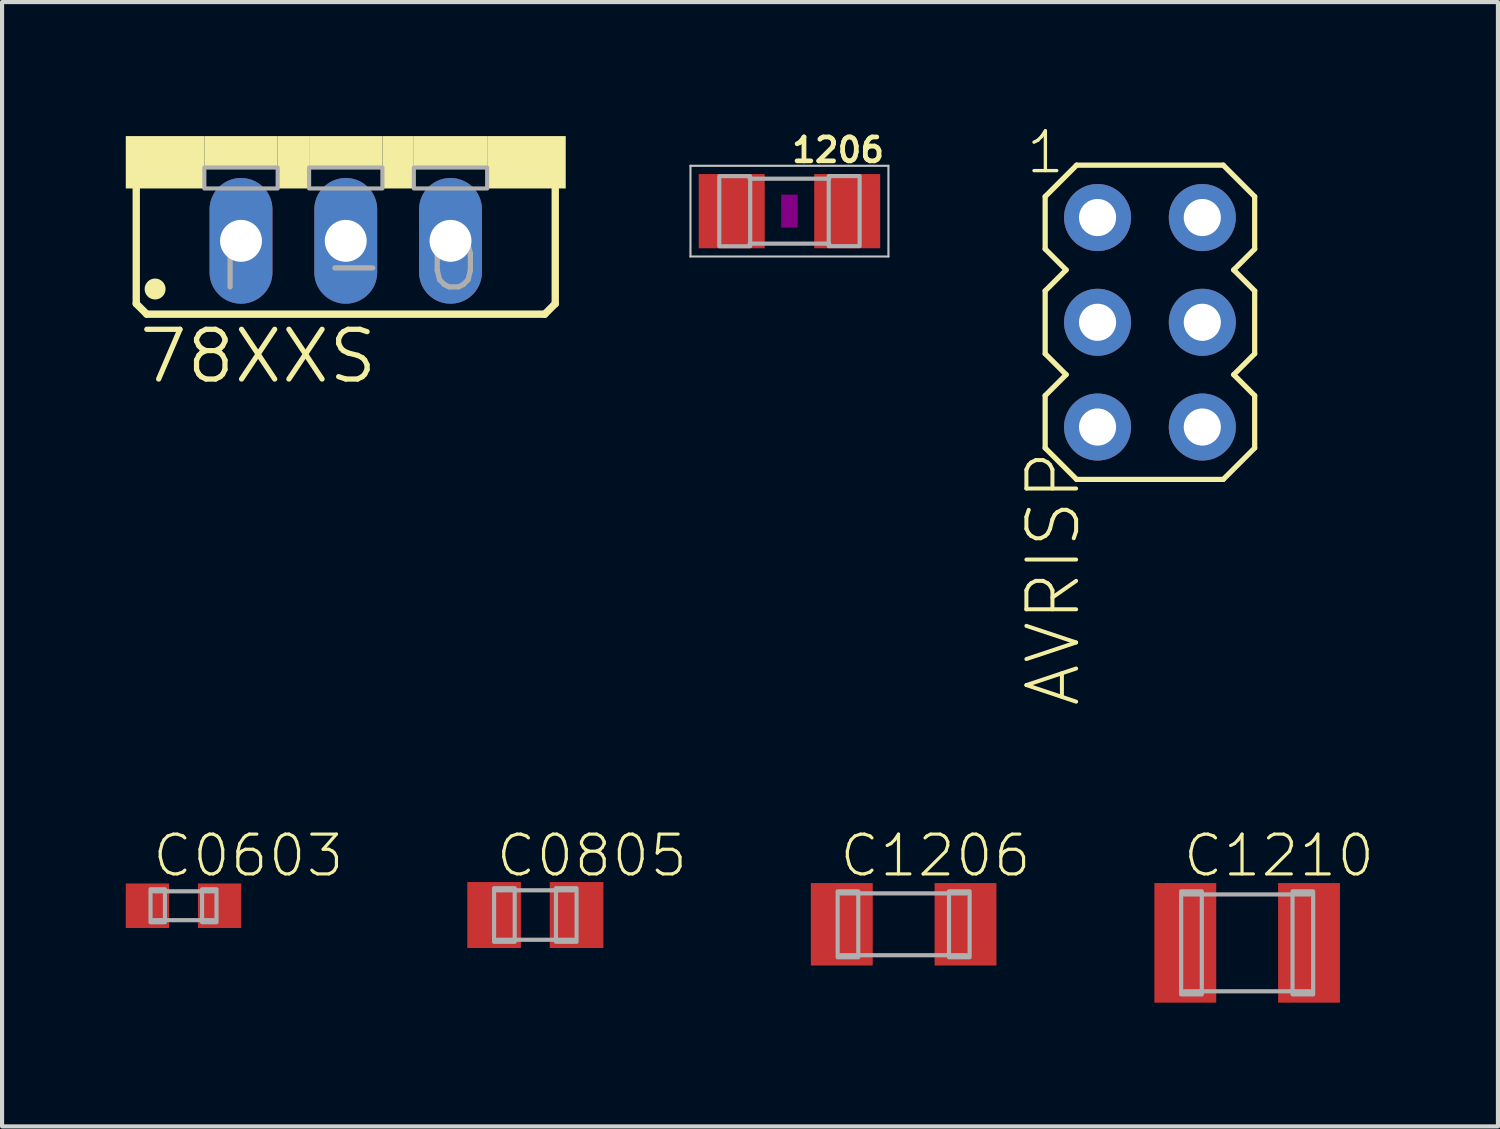
<source format=kicad_pcb>
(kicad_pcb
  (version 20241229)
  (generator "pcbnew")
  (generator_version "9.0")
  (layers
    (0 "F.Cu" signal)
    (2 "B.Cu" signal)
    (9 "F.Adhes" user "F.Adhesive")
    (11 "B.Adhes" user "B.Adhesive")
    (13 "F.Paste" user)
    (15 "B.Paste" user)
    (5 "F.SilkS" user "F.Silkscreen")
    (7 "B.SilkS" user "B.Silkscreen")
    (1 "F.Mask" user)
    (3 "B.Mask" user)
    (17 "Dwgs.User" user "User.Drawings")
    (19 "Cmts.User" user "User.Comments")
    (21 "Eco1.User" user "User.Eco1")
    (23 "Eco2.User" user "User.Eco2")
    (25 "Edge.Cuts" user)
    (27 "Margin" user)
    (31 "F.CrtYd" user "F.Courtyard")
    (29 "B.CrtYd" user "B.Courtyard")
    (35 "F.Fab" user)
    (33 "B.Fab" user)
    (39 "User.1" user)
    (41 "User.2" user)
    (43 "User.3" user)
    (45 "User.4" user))
  (footprint "C0805"
    (layer "F.Cu")
    (at 9.931 19.138)
    (property "Reference" "C0805" (at -1 -0.875 0) (layer "F.SilkS") (effects (font (size 0.965 0.965) (thickness 0.077)) (justify left bottom)))
    (attr through_hole)
    (fp_line (start -0.925 -0.6) (end 0.925 -0.6) (stroke (width 0.102) (type solid)) (layer "F.Fab"))
    (fp_line (start 0.925 0.6) (end -0.925 0.6) (stroke (width 0.102) (type solid)) (layer "F.Fab"))
    (fp_poly (pts (xy -1 0.65) (xy -0.5 0.65) (xy -0.5 -0.65) (xy -1 -0.65)) (stroke (width 0.1) (type solid)) (fill no) (layer "F.Fab"))
    (fp_poly (pts (xy 0.5 0.65) (xy 1 0.65) (xy 1 -0.65) (xy 0.5 -0.65)) (stroke (width 0.1) (type solid)) (fill no) (layer "F.Fab"))
    (pad "1" smd rect (at -1 0) (size 1.3 1.6) (layers "F.Cu" "F.Mask" "F.Paste"))
    (pad "2" smd rect (at 1 0) (size 1.3 1.6) (layers "F.Cu" "F.Mask" "F.Paste")))
  (footprint "78XXS"
    (layer "F.Cu")
    (at 5.334 0.25)
    (property "Reference" "78XXS" (at -5.08 6.045 0) (layer "F.SilkS") (effects (font (size 1.206 1.206) (thickness 0.127)) (justify left bottom)))
    (attr through_hole)
    (fp_line (start -5.08 4.064) (end -5.08 1.143) (stroke (width 0.178) (type solid)) (layer "F.SilkS"))
    (fp_line (start -5.08 4.064) (end -4.826 4.318) (stroke (width 0.178) (type solid)) (layer "F.SilkS"))
    (fp_line (start 4.826 4.318) (end -4.826 4.318) (stroke (width 0.178) (type solid)) (layer "F.SilkS"))
    (fp_line (start 4.826 4.318) (end 5.08 4.064) (stroke (width 0.178) (type solid)) (layer "F.SilkS"))
    (fp_line (start 5.08 1.143) (end 5.08 4.064) (stroke (width 0.178) (type solid)) (layer "F.SilkS"))
    (fp_circle (center -4.623 3.708) (end -4.369 3.708) (stroke (width 0) (type solid)) (fill yes) (layer "F.SilkS"))
    (fp_poly (pts (xy -5.334 1.27) (xy -3.429 1.27) (xy -3.429 0) (xy -5.334 0)) (stroke (width 0) (type solid)) (fill yes) (layer "F.SilkS"))
    (fp_poly (pts (xy -3.429 0.762) (xy -1.651 0.762) (xy -1.651 0) (xy -3.429 0)) (stroke (width 0) (type solid)) (fill yes) (layer "F.SilkS"))
    (fp_poly (pts (xy -1.651 1.27) (xy -0.889 1.27) (xy -0.889 0) (xy -1.651 0)) (stroke (width 0) (type solid)) (fill yes) (layer "F.SilkS"))
    (fp_poly (pts (xy -0.889 0.762) (xy 0.889 0.762) (xy 0.889 0) (xy -0.889 0)) (stroke (width 0) (type solid)) (fill yes) (layer "F.SilkS"))
    (fp_poly (pts (xy 0.889 1.27) (xy 1.651 1.27) (xy 1.651 0) (xy 0.889 0)) (stroke (width 0) (type solid)) (fill yes) (layer "F.SilkS"))
    (fp_poly (pts (xy 1.651 0.762) (xy 3.429 0.762) (xy 3.429 0) (xy 1.651 0)) (stroke (width 0) (type solid)) (fill yes) (layer "F.SilkS"))
    (fp_poly (pts (xy 3.429 1.27) (xy 5.334 1.27) (xy 5.334 0) (xy 3.429 0)) (stroke (width 0) (type solid)) (fill yes) (layer "F.SilkS"))
    (fp_poly (pts (xy -3.429 1.27) (xy -1.651 1.27) (xy -1.651 0.762) (xy -3.429 0.762)) (stroke (width 0.1) (type solid)) (fill no) (layer "F.Fab"))
    (fp_poly (pts (xy -0.889 1.27) (xy 0.889 1.27) (xy 0.889 0.762) (xy -0.889 0.762)) (stroke (width 0.1) (type solid)) (fill no) (layer "F.Fab"))
    (fp_poly (pts (xy 1.651 1.27) (xy 3.429 1.27) (xy 3.429 0.762) (xy 1.651 0.762)) (stroke (width 0.1) (type solid)) (fill no) (layer "F.Fab"))
    (fp_text user "I" (at -3.175 3.81 0) (layer "F.Fab") (effects (font (size 1.206 1.206) (thickness 0.127)) (justify left bottom)))
    (fp_text user "O" (at 1.905 3.81 0) (layer "F.Fab") (effects (font (size 1.206 1.206) (thickness 0.127)) (justify left bottom)))
    (fp_text user "-" (at -0.635 3.81 0) (layer "F.Fab") (effects (font (size 1.206 1.206) (thickness 0.127)) (justify left bottom)))
    (pad "GND" thru_hole oval (at 0 2.54 90) (size 3.048 1.524) (drill 1.016) (layers "*.Cu" "*.Mask"))
    (pad "IN" thru_hole oval (at -2.54 2.54 90) (size 3.048 1.524) (drill 1.016) (layers "*.Cu" "*.Mask"))
    (pad "OUT" thru_hole oval (at 2.54 2.54 90) (size 3.048 1.524) (drill 1.016) (layers "*.Cu" "*.Mask")))
  (footprint "C0603"
    (layer "F.Cu")
    (at 1.4 18.913)
    (property "Reference" "C0603" (at -0.8 -0.65 180) (layer "F.SilkS") (effects (font (size 0.965 0.965) (thickness 0.077)) (justify left bottom)))
    (attr through_hole)
    (fp_line (start -0.725 -0.35) (end 0.725 -0.35) (stroke (width 0.102) (type solid)) (layer "F.Fab"))
    (fp_line (start 0.725 0.35) (end -0.725 0.35) (stroke (width 0.102) (type solid)) (layer "F.Fab"))
    (fp_poly (pts (xy -0.8 0.4) (xy -0.45 0.4) (xy -0.45 -0.4) (xy -0.8 -0.4)) (stroke (width 0.1) (type solid)) (fill no) (layer "F.Fab"))
    (fp_poly (pts (xy 0.45 0.4) (xy 0.8 0.4) (xy 0.8 -0.4) (xy 0.45 -0.4)) (stroke (width 0.1) (type solid)) (fill no) (layer "F.Fab"))
    (pad "1" smd rect (at -0.875 0) (size 1.05 1.08) (layers "F.Cu" "F.Mask" "F.Paste"))
    (pad "2" smd rect (at 0.875 0) (size 1.05 1.08) (layers "F.Cu" "F.Mask" "F.Paste")))
  (footprint "C1206"
    (layer "F.Cu")
    (at 18.862 19.363)
    (property "Reference" "C1206" (at -1.6 -1.1 180) (layer "F.SilkS") (effects (font (size 0.965 0.965) (thickness 0.077)) (justify left bottom)))
    (attr through_hole)
    (fp_line (start -1.525 -0.75) (end 1.525 -0.75) (stroke (width 0.102) (type solid)) (layer "F.Fab"))
    (fp_line (start 1.525 0.75) (end -1.525 0.75) (stroke (width 0.102) (type solid)) (layer "F.Fab"))
    (fp_poly (pts (xy -1.6 0.8) (xy -1.1 0.8) (xy -1.1 -0.8) (xy -1.6 -0.8)) (stroke (width 0.1) (type solid)) (fill no) (layer "F.Fab"))
    (fp_poly (pts (xy 1.1 0.8) (xy 1.6 0.8) (xy 1.6 -0.8) (xy 1.1 -0.8)) (stroke (width 0.1) (type solid)) (fill no) (layer "F.Fab"))
    (pad "1" smd rect (at -1.5 0) (size 1.5 2) (layers "F.Cu" "F.Mask" "F.Paste"))
    (pad "2" smd rect (at 1.5 0) (size 1.5 2) (layers "F.Cu" "F.Mask" "F.Paste")))
  (footprint "1206"
    (layer "F.Cu")
    (at 16.093 2.07)
    (property "Reference" "1206" (at 0 -1.143 0) (layer "F.SilkS") (effects (font (size 0.579 0.579) (thickness 0.116)) (justify left bottom)))
    (attr through_hole)
    (fp_poly (pts (xy -0.2 0.4) (xy 0.2 0.4) (xy 0.2 -0.4) (xy -0.2 -0.4)) (stroke (width 0) (type solid)) (fill yes) (layer "F.Adhes"))
    (fp_line (start -2.4 -1.1) (end 2.4 -1.1) (stroke (width 0.051) (type solid)) (layer "Dwgs.User"))
    (fp_line (start -2.4 1.1) (end -2.4 -1.1) (stroke (width 0.051) (type solid)) (layer "Dwgs.User"))
    (fp_line (start 2.4 -1.1) (end 2.4 1.1) (stroke (width 0.051) (type solid)) (layer "Dwgs.User"))
    (fp_line (start 2.4 1.1) (end -2.4 1.1) (stroke (width 0.051) (type solid)) (layer "Dwgs.User"))
    (fp_line (start -0.965 -0.787) (end 0.965 -0.787) (stroke (width 0.102) (type solid)) (layer "F.Fab"))
    (fp_line (start -0.965 0.787) (end 0.965 0.787) (stroke (width 0.102) (type solid)) (layer "F.Fab"))
    (fp_poly (pts (xy -1.702 0.851) (xy -0.952 0.851) (xy -0.952 -0.849) (xy -1.702 -0.849)) (stroke (width 0.1) (type solid)) (fill no) (layer "F.Fab"))
    (fp_poly (pts (xy 0.952 0.849) (xy 1.702 0.849) (xy 1.702 -0.851) (xy 0.952 -0.851)) (stroke (width 0.1) (type solid)) (fill no) (layer "F.Fab"))
    (pad "1" smd rect (at -1.4 0) (size 1.6 1.8) (layers "F.Cu" "F.Mask" "F.Paste"))
    (pad "2" smd rect (at 1.4 0) (size 1.6 1.8) (layers "F.Cu" "F.Mask" "F.Paste")))
  (footprint "C1210"
    (layer "F.Cu")
    (at 27.192 19.813)
    (property "Reference" "C1210" (at -1.6 -1.55 0) (layer "F.SilkS") (effects (font (size 0.965 0.965) (thickness 0.077)) (justify left bottom)))
    (attr through_hole)
    (fp_line (start -1.525 -1.175) (end 1.525 -1.175) (stroke (width 0.102) (type solid)) (layer "F.Fab"))
    (fp_line (start 1.525 1.175) (end -1.525 1.175) (stroke (width 0.102) (type solid)) (layer "F.Fab"))
    (fp_poly (pts (xy -1.6 1.25) (xy -1.1 1.25) (xy -1.1 -1.25) (xy -1.6 -1.25)) (stroke (width 0.1) (type solid)) (fill no) (layer "F.Fab"))
    (fp_poly (pts (xy 1.1 1.25) (xy 1.6 1.25) (xy 1.6 -1.25) (xy 1.1 -1.25)) (stroke (width 0.1) (type solid)) (fill no) (layer "F.Fab"))
    (pad "1" smd rect (at -1.5 0) (size 1.5 2.9) (layers "F.Cu" "F.Mask" "F.Paste"))
    (pad "2" smd rect (at 1.5 0) (size 1.5 2.9) (layers "F.Cu" "F.Mask" "F.Paste")))
  (footprint "AVRISP"
    (layer "F.Cu")
    (at 24.834 4.765)
    (property "Reference" "AVRISP" (at -3.048 3.048 270) (layer "F.SilkS") (effects (font (size 1.206 1.206) (thickness 0.097)) (justify right top)))
    (attr through_hole)
    (fp_line (start -2.54 -3.048) (end -1.778 -3.81) (stroke (width 0.127) (type solid)) (layer "F.SilkS"))
    (fp_line (start -2.54 -1.778) (end -2.54 -3.048) (stroke (width 0.127) (type solid)) (layer "F.SilkS"))
    (fp_line (start -2.54 -0.762) (end -2.032 -1.27) (stroke (width 0.127) (type solid)) (layer "F.SilkS"))
    (fp_line (start -2.54 0.762) (end -2.54 -0.762) (stroke (width 0.127) (type solid)) (layer "F.SilkS"))
    (fp_line (start -2.54 1.778) (end -2.032 1.27) (stroke (width 0.127) (type solid)) (layer "F.SilkS"))
    (fp_line (start -2.54 3.048) (end -2.54 1.778) (stroke (width 0.127) (type solid)) (layer "F.SilkS"))
    (fp_line (start -2.032 -1.27) (end -2.54 -1.778) (stroke (width 0.127) (type solid)) (layer "F.SilkS"))
    (fp_line (start -2.032 1.27) (end -2.54 0.762) (stroke (width 0.127) (type solid)) (layer "F.SilkS"))
    (fp_line (start -1.778 -3.81) (end 1.778 -3.81) (stroke (width 0.127) (type solid)) (layer "F.SilkS"))
    (fp_line (start -1.778 3.81) (end -2.54 3.048) (stroke (width 0.127) (type solid)) (layer "F.SilkS"))
    (fp_line (start 1.778 -3.81) (end 2.54 -3.048) (stroke (width 0.127) (type solid)) (layer "F.SilkS"))
    (fp_line (start 1.778 3.81) (end -1.778 3.81) (stroke (width 0.127) (type solid)) (layer "F.SilkS"))
    (fp_line (start 2.032 -1.27) (end 2.54 -0.762) (stroke (width 0.127) (type solid)) (layer "F.SilkS"))
    (fp_line (start 2.032 1.27) (end 2.54 1.778) (stroke (width 0.127) (type solid)) (layer "F.SilkS"))
    (fp_line (start 2.54 -3.048) (end 2.54 -1.778) (stroke (width 0.127) (type solid)) (layer "F.SilkS"))
    (fp_line (start 2.54 -1.778) (end 2.032 -1.27) (stroke (width 0.127) (type solid)) (layer "F.SilkS"))
    (fp_line (start 2.54 -0.762) (end 2.54 0.762) (stroke (width 0.127) (type solid)) (layer "F.SilkS"))
    (fp_line (start 2.54 0.762) (end 2.032 1.27) (stroke (width 0.127) (type solid)) (layer "F.SilkS"))
    (fp_line (start 2.54 1.778) (end 2.54 3.048) (stroke (width 0.127) (type solid)) (layer "F.SilkS"))
    (fp_line (start 2.54 3.048) (end 1.778 3.81) (stroke (width 0.127) (type solid)) (layer "F.SilkS"))
    (fp_text user "1" (at -3.048 -3.556 0) (layer "F.SilkS") (effects (font (size 0.965 0.965) (thickness 0.081)) (justify left bottom)))
    (pad "1" thru_hole circle (at -1.27 -2.54) (size 1.626 1.626) (drill 0.9) (layers "*.Cu" "*.Mask"))
    (pad "2" thru_hole circle (at 1.27 -2.54) (size 1.626 1.626) (drill 0.9) (layers "*.Cu" "*.Mask"))
    (pad "3" thru_hole circle (at -1.27 0) (size 1.626 1.626) (drill 0.9) (layers "*.Cu" "*.Mask"))
    (pad "4" thru_hole circle (at 1.27 0) (size 1.626 1.626) (drill 0.9) (layers "*.Cu" "*.Mask"))
    (pad "5" thru_hole circle (at -1.27 2.54) (size 1.626 1.626) (drill 0.9) (layers "*.Cu" "*.Mask"))
    (pad "6" thru_hole circle (at 1.27 2.54) (size 1.626 1.626) (drill 0.9) (layers "*.Cu" "*.Mask")))
  (gr_rect
    (start -3 -3)
    (end 33.273 24.263)
    (stroke (width 0.1) (type default))
    (fill no)
    (layer "Edge.Cuts")))
</source>
